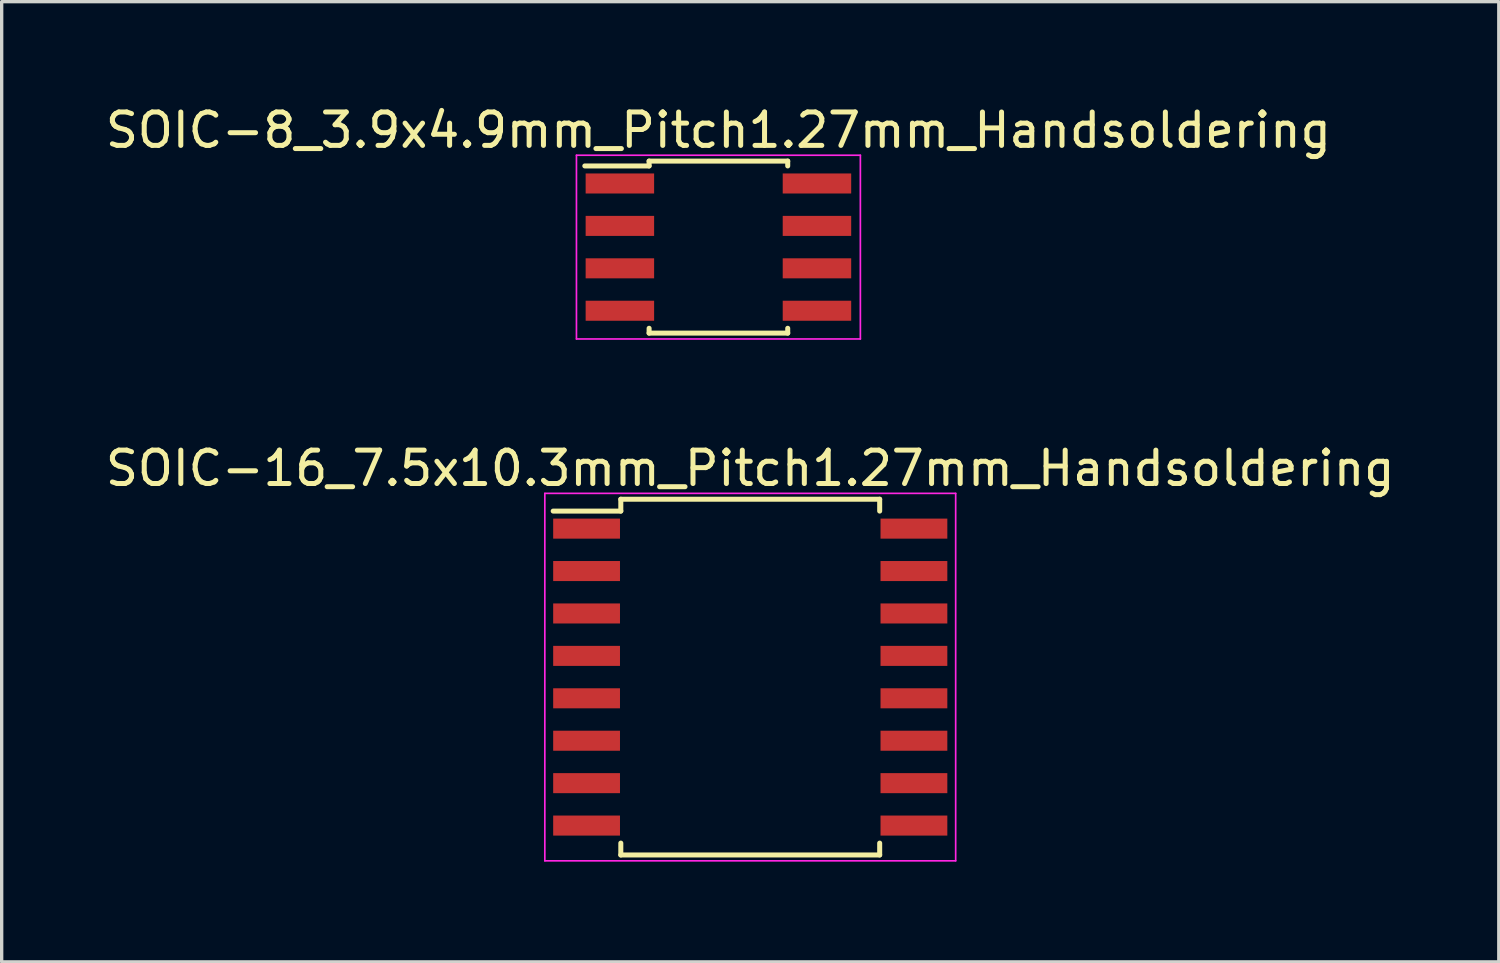
<source format=kicad_pcb>
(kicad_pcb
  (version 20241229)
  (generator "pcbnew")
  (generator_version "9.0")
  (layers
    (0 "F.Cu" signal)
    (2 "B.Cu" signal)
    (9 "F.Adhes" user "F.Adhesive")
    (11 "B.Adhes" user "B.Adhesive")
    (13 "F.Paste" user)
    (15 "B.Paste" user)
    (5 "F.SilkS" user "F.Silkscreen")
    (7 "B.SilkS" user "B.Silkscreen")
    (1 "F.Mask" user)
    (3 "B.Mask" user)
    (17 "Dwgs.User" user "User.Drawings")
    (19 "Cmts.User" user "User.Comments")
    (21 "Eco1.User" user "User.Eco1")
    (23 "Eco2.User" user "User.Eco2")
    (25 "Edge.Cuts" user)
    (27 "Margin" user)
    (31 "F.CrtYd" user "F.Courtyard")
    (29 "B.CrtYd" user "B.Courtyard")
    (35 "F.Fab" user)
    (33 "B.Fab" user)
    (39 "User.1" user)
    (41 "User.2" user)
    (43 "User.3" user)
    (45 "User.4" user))
  (footprint "SOIC-16_7.5x10.3mm_Pitch1.27mm_Handsoldering"
    (layer "F.Cu")
    (at 19.411 17.221)
    (property "Reference" "SOIC-16_7.5x10.3mm_Pitch1.27mm_Handsoldering" (at 0 -6.25 0) (layer "F.SilkS") (effects (font (size 1 1) (thickness 0.15))))
    (attr smd)
    (fp_line (start -3.875 -5.325) (end -3.875 -4.97) (stroke (width 0.15) (type solid)) (layer "F.SilkS"))
    (fp_line (start -3.875 -5.325) (end 3.875 -5.325) (stroke (width 0.15) (type solid)) (layer "F.SilkS"))
    (fp_line (start -3.875 -4.97) (end -5.9 -4.97) (stroke (width 0.15) (type solid)) (layer "F.SilkS"))
    (fp_line (start -3.875 5.325) (end -3.875 4.97) (stroke (width 0.15) (type solid)) (layer "F.SilkS"))
    (fp_line (start -3.875 5.325) (end 3.875 5.325) (stroke (width 0.15) (type solid)) (layer "F.SilkS"))
    (fp_line (start 3.875 -5.325) (end 3.875 -4.97) (stroke (width 0.15) (type solid)) (layer "F.SilkS"))
    (fp_line (start 3.875 5.325) (end 3.875 4.97) (stroke (width 0.15) (type solid)) (layer "F.SilkS"))
    (fp_line (start -6.15 -5.5) (end -6.15 5.5) (stroke (width 0.05) (type solid)) (layer "F.CrtYd"))
    (fp_line (start -6.15 -5.5) (end 6.15 -5.5) (stroke (width 0.05) (type solid)) (layer "F.CrtYd"))
    (fp_line (start -6.15 5.5) (end 6.15 5.5) (stroke (width 0.05) (type solid)) (layer "F.CrtYd"))
    (fp_line (start 6.15 -5.5) (end 6.15 5.5) (stroke (width 0.05) (type solid)) (layer "F.CrtYd"))
    (pad "1" smd rect (at -4.9 -4.445) (size 2 0.6) (layers "F.Cu" "F.Mask" "F.Paste"))
    (pad "2" smd rect (at -4.9 -3.175) (size 2 0.6) (layers "F.Cu" "F.Mask" "F.Paste"))
    (pad "3" smd rect (at -4.9 -1.905) (size 2 0.6) (layers "F.Cu" "F.Mask" "F.Paste"))
    (pad "4" smd rect (at -4.9 -0.635) (size 2 0.6) (layers "F.Cu" "F.Mask" "F.Paste"))
    (pad "5" smd rect (at -4.9 0.635) (size 2 0.6) (layers "F.Cu" "F.Mask" "F.Paste"))
    (pad "6" smd rect (at -4.9 1.905) (size 2 0.6) (layers "F.Cu" "F.Mask" "F.Paste"))
    (pad "7" smd rect (at -4.9 3.175) (size 2 0.6) (layers "F.Cu" "F.Mask" "F.Paste"))
    (pad "8" smd rect (at -4.9 4.445) (size 2 0.6) (layers "F.Cu" "F.Mask" "F.Paste"))
    (pad "9" smd rect (at 4.9 4.445) (size 2 0.6) (layers "F.Cu" "F.Mask" "F.Paste"))
    (pad "10" smd rect (at 4.9 3.175) (size 2 0.6) (layers "F.Cu" "F.Mask" "F.Paste"))
    (pad "11" smd rect (at 4.9 1.905) (size 2 0.6) (layers "F.Cu" "F.Mask" "F.Paste"))
    (pad "12" smd rect (at 4.9 0.635) (size 2 0.6) (layers "F.Cu" "F.Mask" "F.Paste"))
    (pad "13" smd rect (at 4.9 -0.635) (size 2 0.6) (layers "F.Cu" "F.Mask" "F.Paste"))
    (pad "14" smd rect (at 4.9 -1.905) (size 2 0.6) (layers "F.Cu" "F.Mask" "F.Paste"))
    (pad "15" smd rect (at 4.9 -3.175) (size 2 0.6) (layers "F.Cu" "F.Mask" "F.Paste"))
    (pad "16" smd rect (at 4.9 -4.445) (size 2 0.6) (layers "F.Cu" "F.Mask" "F.Paste")))
  (footprint "SOIC-8_3.9x4.9mm_Pitch1.27mm_Handsoldering"
    (layer "F.Cu")
    (at 18.458 4.348)
    (property "Reference" "SOIC-8_3.9x4.9mm_Pitch1.27mm_Handsoldering" (at 0 -3.5 0) (layer "F.SilkS") (effects (font (size 1 1) (thickness 0.15))))
    (attr smd)
    (fp_line (start -2.075 -2.575) (end -2.075 -2.43) (stroke (width 0.15) (type solid)) (layer "F.SilkS"))
    (fp_line (start -2.075 -2.575) (end 2.075 -2.575) (stroke (width 0.15) (type solid)) (layer "F.SilkS"))
    (fp_line (start -2.075 -2.43) (end -4 -2.43) (stroke (width 0.15) (type solid)) (layer "F.SilkS"))
    (fp_line (start -2.075 2.575) (end -2.075 2.43) (stroke (width 0.15) (type solid)) (layer "F.SilkS"))
    (fp_line (start -2.075 2.575) (end 2.075 2.575) (stroke (width 0.15) (type solid)) (layer "F.SilkS"))
    (fp_line (start 2.075 -2.575) (end 2.075 -2.43) (stroke (width 0.15) (type solid)) (layer "F.SilkS"))
    (fp_line (start 2.075 2.575) (end 2.075 2.43) (stroke (width 0.15) (type solid)) (layer "F.SilkS"))
    (fp_line (start -4.25 -2.75) (end -4.25 2.75) (stroke (width 0.05) (type solid)) (layer "F.CrtYd"))
    (fp_line (start -4.25 -2.75) (end 4.25 -2.75) (stroke (width 0.05) (type solid)) (layer "F.CrtYd"))
    (fp_line (start -4.25 2.75) (end 4.25 2.75) (stroke (width 0.05) (type solid)) (layer "F.CrtYd"))
    (fp_line (start 4.25 -2.75) (end 4.25 2.75) (stroke (width 0.05) (type solid)) (layer "F.CrtYd"))
    (pad "1" smd rect (at -2.95 -1.905) (size 2.05 0.6) (layers "F.Cu" "F.Mask" "F.Paste"))
    (pad "2" smd rect (at -2.95 -0.635) (size 2.05 0.6) (layers "F.Cu" "F.Mask" "F.Paste"))
    (pad "3" smd rect (at -2.95 0.635) (size 2.05 0.6) (layers "F.Cu" "F.Mask" "F.Paste"))
    (pad "4" smd rect (at -2.95 1.905) (size 2.05 0.6) (layers "F.Cu" "F.Mask" "F.Paste"))
    (pad "5" smd rect (at 2.95 1.905) (size 2.05 0.6) (layers "F.Cu" "F.Mask" "F.Paste"))
    (pad "6" smd rect (at 2.95 0.635) (size 2.05 0.6) (layers "F.Cu" "F.Mask" "F.Paste"))
    (pad "7" smd rect (at 2.95 -0.635) (size 2.05 0.6) (layers "F.Cu" "F.Mask" "F.Paste"))
    (pad "8" smd rect (at 2.95 -1.905) (size 2.05 0.6) (layers "F.Cu" "F.Mask" "F.Paste")))
  (gr_rect
    (start -3 -3)
    (end 41.821 25.747)
    (stroke (width 0.1) (type default))
    (fill no)
    (layer "Edge.Cuts")))
</source>
